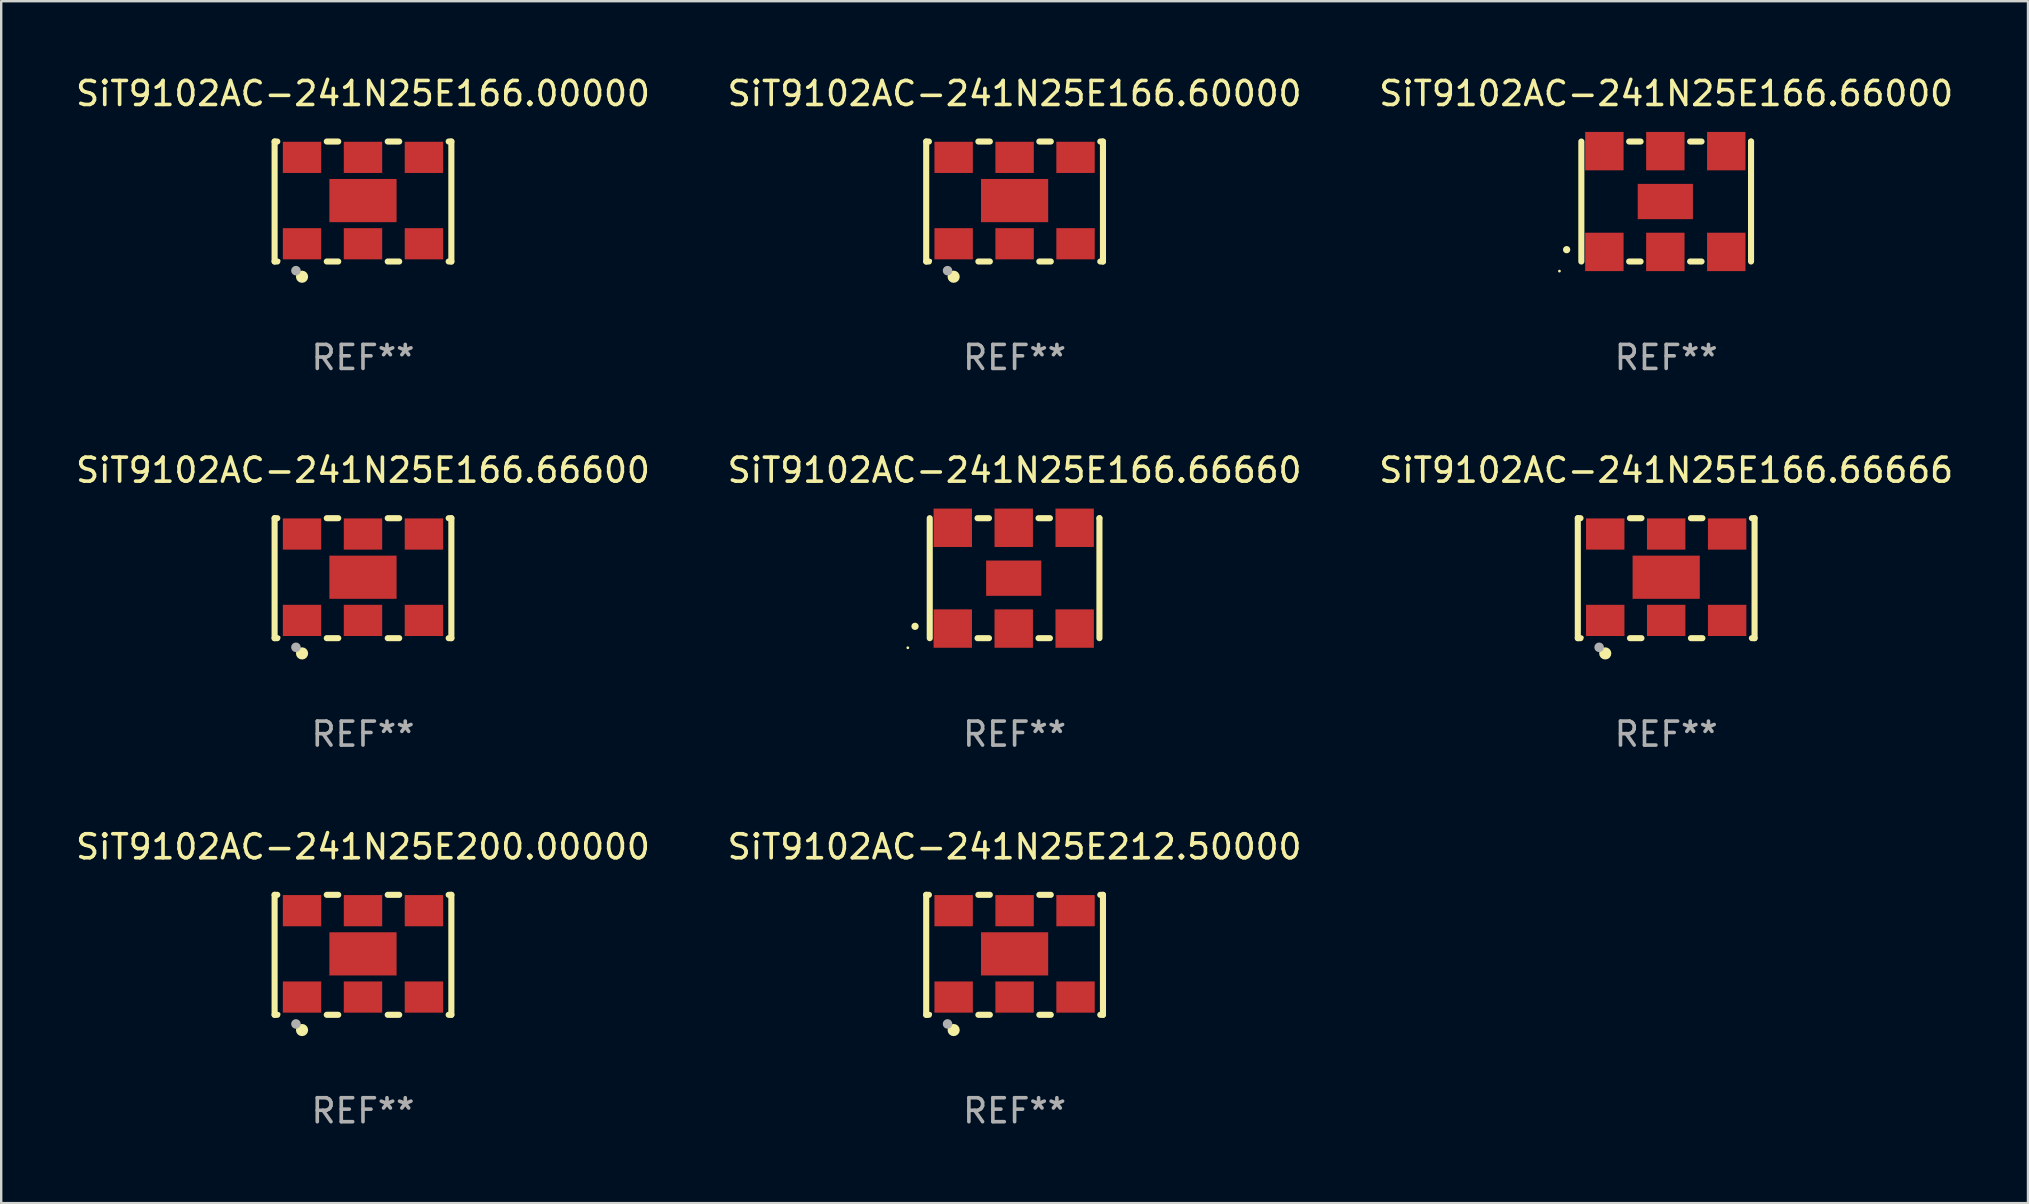
<source format=kicad_pcb>
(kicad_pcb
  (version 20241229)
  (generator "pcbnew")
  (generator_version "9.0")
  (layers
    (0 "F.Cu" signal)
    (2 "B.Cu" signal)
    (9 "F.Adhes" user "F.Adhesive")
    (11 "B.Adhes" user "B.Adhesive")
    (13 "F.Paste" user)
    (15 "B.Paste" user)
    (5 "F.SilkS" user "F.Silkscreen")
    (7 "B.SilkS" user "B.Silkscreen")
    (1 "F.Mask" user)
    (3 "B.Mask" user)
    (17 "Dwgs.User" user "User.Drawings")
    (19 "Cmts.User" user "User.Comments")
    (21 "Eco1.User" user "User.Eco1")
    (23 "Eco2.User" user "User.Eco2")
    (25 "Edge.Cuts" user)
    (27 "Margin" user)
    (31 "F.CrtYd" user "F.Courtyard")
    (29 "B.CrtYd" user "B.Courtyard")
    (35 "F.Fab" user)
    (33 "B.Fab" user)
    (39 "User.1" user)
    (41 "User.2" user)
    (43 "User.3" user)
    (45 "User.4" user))
  (footprint "SiT9102AC-241N25E200.00000"
    (layer "F.Cu")
    (at 12.077 36.741)
    (property "Reference" "SiT9102AC-241N25E200.00000" (at 0 -4.5 0) (layer "F.SilkS") (effects (font (size 1 1) (thickness 0.15))))
    (attr through_hole)
    (fp_line (start -3.683 -2.5) (end -3.571 -2.5) (stroke (width 0.254) (type solid)) (layer "F.SilkS"))
    (fp_line (start -3.683 2.5) (end -3.683 -2.5) (stroke (width 0.254) (type solid)) (layer "F.SilkS"))
    (fp_line (start -3.683 2.5) (end -3.571 2.5) (stroke (width 0.254) (type solid)) (layer "F.SilkS"))
    (fp_line (start -1.509 -2.5) (end -1.031 -2.5) (stroke (width 0.254) (type solid)) (layer "F.SilkS"))
    (fp_line (start -1.509 2.5) (end -1.031 2.5) (stroke (width 0.254) (type solid)) (layer "F.SilkS"))
    (fp_line (start 1.031 -2.5) (end 1.509 -2.5) (stroke (width 0.254) (type solid)) (layer "F.SilkS"))
    (fp_line (start 1.031 2.5) (end 1.509 2.5) (stroke (width 0.254) (type solid)) (layer "F.SilkS"))
    (fp_line (start 3.571 -2.5) (end 3.683 -2.5) (stroke (width 0.254) (type solid)) (layer "F.SilkS"))
    (fp_line (start 3.571 2.5) (end 3.683 2.5) (stroke (width 0.254) (type solid)) (layer "F.SilkS"))
    (fp_line (start 3.683 2.5) (end 3.683 -2.5) (stroke (width 0.254) (type solid)) (layer "F.SilkS"))
    (fp_circle (center -3.5 2.46) (end -3.47 2.46) (stroke (width 0.06) (type solid)) (fill no) (layer "F.SilkS"))
    (fp_circle (center -2.54 3.135) (end -2.413 3.135) (stroke (width 0.254) (type solid)) (fill no) (layer "F.SilkS"))
    (fp_circle (center -2.794 2.881) (end -2.694 2.881) (stroke (width 0.2) (type solid)) (fill no) (layer "F.Fab"))
    (fp_text user "REF**" (at 0 6.5 0) (layer "F.Fab") (effects (font (size 1 1) (thickness 0.15))))
    (pad "1" smd rect (at -2.54 1.76) (size 1.6 1.3) (layers "F.Cu" "F.Mask" "F.Paste"))
    (pad "2" smd rect (at 0 1.76) (size 1.6 1.3) (layers "F.Cu" "F.Mask" "F.Paste"))
    (pad "3" smd rect (at 2.54 1.76) (size 1.6 1.3) (layers "F.Cu" "F.Mask" "F.Paste"))
    (pad "4" smd rect (at 2.54 -1.84) (size 1.6 1.3) (layers "F.Cu" "F.Mask" "F.Paste"))
    (pad "5" smd rect (at 0 -1.84) (size 1.6 1.3) (layers "F.Cu" "F.Mask" "F.Paste"))
    (pad "6" smd rect (at -2.54 -1.84) (size 1.6 1.3) (layers "F.Cu" "F.Mask" "F.Paste"))
    (pad "7" smd rect (at 0 -0.04) (size 2.8 1.8) (layers "F.Cu" "F.Mask" "F.Paste")))
  (footprint "SiT9102AC-241N25E166.66600"
    (layer "F.Cu")
    (at 12.077 21.045)
    (property "Reference" "SiT9102AC-241N25E166.66600" (at 0 -4.5 0) (layer "F.SilkS") (effects (font (size 1 1) (thickness 0.15))))
    (attr through_hole)
    (fp_line (start -3.683 -2.5) (end -3.571 -2.5) (stroke (width 0.254) (type solid)) (layer "F.SilkS"))
    (fp_line (start -3.683 2.5) (end -3.683 -2.5) (stroke (width 0.254) (type solid)) (layer "F.SilkS"))
    (fp_line (start -3.683 2.5) (end -3.571 2.5) (stroke (width 0.254) (type solid)) (layer "F.SilkS"))
    (fp_line (start -1.509 -2.5) (end -1.031 -2.5) (stroke (width 0.254) (type solid)) (layer "F.SilkS"))
    (fp_line (start -1.509 2.5) (end -1.031 2.5) (stroke (width 0.254) (type solid)) (layer "F.SilkS"))
    (fp_line (start 1.031 -2.5) (end 1.509 -2.5) (stroke (width 0.254) (type solid)) (layer "F.SilkS"))
    (fp_line (start 1.031 2.5) (end 1.509 2.5) (stroke (width 0.254) (type solid)) (layer "F.SilkS"))
    (fp_line (start 3.571 -2.5) (end 3.683 -2.5) (stroke (width 0.254) (type solid)) (layer "F.SilkS"))
    (fp_line (start 3.571 2.5) (end 3.683 2.5) (stroke (width 0.254) (type solid)) (layer "F.SilkS"))
    (fp_line (start 3.683 2.5) (end 3.683 -2.5) (stroke (width 0.254) (type solid)) (layer "F.SilkS"))
    (fp_circle (center -3.5 2.46) (end -3.47 2.46) (stroke (width 0.06) (type solid)) (fill no) (layer "F.SilkS"))
    (fp_circle (center -2.54 3.135) (end -2.413 3.135) (stroke (width 0.254) (type solid)) (fill no) (layer "F.SilkS"))
    (fp_circle (center -2.794 2.881) (end -2.694 2.881) (stroke (width 0.2) (type solid)) (fill no) (layer "F.Fab"))
    (fp_text user "REF**" (at 0 6.5 0) (layer "F.Fab") (effects (font (size 1 1) (thickness 0.15))))
    (pad "1" smd rect (at -2.54 1.76) (size 1.6 1.3) (layers "F.Cu" "F.Mask" "F.Paste"))
    (pad "2" smd rect (at 0 1.76) (size 1.6 1.3) (layers "F.Cu" "F.Mask" "F.Paste"))
    (pad "3" smd rect (at 2.54 1.76) (size 1.6 1.3) (layers "F.Cu" "F.Mask" "F.Paste"))
    (pad "4" smd rect (at 2.54 -1.84) (size 1.6 1.3) (layers "F.Cu" "F.Mask" "F.Paste"))
    (pad "5" smd rect (at 0 -1.84) (size 1.6 1.3) (layers "F.Cu" "F.Mask" "F.Paste"))
    (pad "6" smd rect (at -2.54 -1.84) (size 1.6 1.3) (layers "F.Cu" "F.Mask" "F.Paste"))
    (pad "7" smd rect (at 0 -0.04) (size 2.8 1.8) (layers "F.Cu" "F.Mask" "F.Paste")))
  (footprint "SiT9102AC-241N25E166.00000"
    (layer "F.Cu")
    (at 12.077 5.348)
    (property "Reference" "SiT9102AC-241N25E166.00000" (at 0 -4.5 0) (layer "F.SilkS") (effects (font (size 1 1) (thickness 0.15))))
    (attr through_hole)
    (fp_line (start -3.683 -2.5) (end -3.571 -2.5) (stroke (width 0.254) (type solid)) (layer "F.SilkS"))
    (fp_line (start -3.683 2.5) (end -3.683 -2.5) (stroke (width 0.254) (type solid)) (layer "F.SilkS"))
    (fp_line (start -3.683 2.5) (end -3.571 2.5) (stroke (width 0.254) (type solid)) (layer "F.SilkS"))
    (fp_line (start -1.509 -2.5) (end -1.031 -2.5) (stroke (width 0.254) (type solid)) (layer "F.SilkS"))
    (fp_line (start -1.509 2.5) (end -1.031 2.5) (stroke (width 0.254) (type solid)) (layer "F.SilkS"))
    (fp_line (start 1.031 -2.5) (end 1.509 -2.5) (stroke (width 0.254) (type solid)) (layer "F.SilkS"))
    (fp_line (start 1.031 2.5) (end 1.509 2.5) (stroke (width 0.254) (type solid)) (layer "F.SilkS"))
    (fp_line (start 3.571 -2.5) (end 3.683 -2.5) (stroke (width 0.254) (type solid)) (layer "F.SilkS"))
    (fp_line (start 3.571 2.5) (end 3.683 2.5) (stroke (width 0.254) (type solid)) (layer "F.SilkS"))
    (fp_line (start 3.683 2.5) (end 3.683 -2.5) (stroke (width 0.254) (type solid)) (layer "F.SilkS"))
    (fp_circle (center -3.5 2.46) (end -3.47 2.46) (stroke (width 0.06) (type solid)) (fill no) (layer "F.SilkS"))
    (fp_circle (center -2.54 3.135) (end -2.413 3.135) (stroke (width 0.254) (type solid)) (fill no) (layer "F.SilkS"))
    (fp_circle (center -2.794 2.881) (end -2.694 2.881) (stroke (width 0.2) (type solid)) (fill no) (layer "F.Fab"))
    (fp_text user "REF**" (at 0 6.5 0) (layer "F.Fab") (effects (font (size 1 1) (thickness 0.15))))
    (pad "1" smd rect (at -2.54 1.76) (size 1.6 1.3) (layers "F.Cu" "F.Mask" "F.Paste"))
    (pad "2" smd rect (at 0 1.76) (size 1.6 1.3) (layers "F.Cu" "F.Mask" "F.Paste"))
    (pad "3" smd rect (at 2.54 1.76) (size 1.6 1.3) (layers "F.Cu" "F.Mask" "F.Paste"))
    (pad "4" smd rect (at 2.54 -1.84) (size 1.6 1.3) (layers "F.Cu" "F.Mask" "F.Paste"))
    (pad "5" smd rect (at 0 -1.84) (size 1.6 1.3) (layers "F.Cu" "F.Mask" "F.Paste"))
    (pad "6" smd rect (at -2.54 -1.84) (size 1.6 1.3) (layers "F.Cu" "F.Mask" "F.Paste"))
    (pad "7" smd rect (at 0 -0.04) (size 2.8 1.8) (layers "F.Cu" "F.Mask" "F.Paste")))
  (footprint "SiT9102AC-241N25E212.50000"
    (layer "F.Cu")
    (at 39.232 36.741)
    (property "Reference" "SiT9102AC-241N25E212.50000" (at 0 -4.5 0) (layer "F.SilkS") (effects (font (size 1 1) (thickness 0.15))))
    (attr through_hole)
    (fp_line (start -3.683 -2.5) (end -3.571 -2.5) (stroke (width 0.254) (type solid)) (layer "F.SilkS"))
    (fp_line (start -3.683 2.5) (end -3.683 -2.5) (stroke (width 0.254) (type solid)) (layer "F.SilkS"))
    (fp_line (start -3.683 2.5) (end -3.571 2.5) (stroke (width 0.254) (type solid)) (layer "F.SilkS"))
    (fp_line (start -1.509 -2.5) (end -1.031 -2.5) (stroke (width 0.254) (type solid)) (layer "F.SilkS"))
    (fp_line (start -1.509 2.5) (end -1.031 2.5) (stroke (width 0.254) (type solid)) (layer "F.SilkS"))
    (fp_line (start 1.031 -2.5) (end 1.509 -2.5) (stroke (width 0.254) (type solid)) (layer "F.SilkS"))
    (fp_line (start 1.031 2.5) (end 1.509 2.5) (stroke (width 0.254) (type solid)) (layer "F.SilkS"))
    (fp_line (start 3.571 -2.5) (end 3.683 -2.5) (stroke (width 0.254) (type solid)) (layer "F.SilkS"))
    (fp_line (start 3.571 2.5) (end 3.683 2.5) (stroke (width 0.254) (type solid)) (layer "F.SilkS"))
    (fp_line (start 3.683 2.5) (end 3.683 -2.5) (stroke (width 0.254) (type solid)) (layer "F.SilkS"))
    (fp_circle (center -3.5 2.46) (end -3.47 2.46) (stroke (width 0.06) (type solid)) (fill no) (layer "F.SilkS"))
    (fp_circle (center -2.54 3.135) (end -2.413 3.135) (stroke (width 0.254) (type solid)) (fill no) (layer "F.SilkS"))
    (fp_circle (center -2.794 2.881) (end -2.694 2.881) (stroke (width 0.2) (type solid)) (fill no) (layer "F.Fab"))
    (fp_text user "REF**" (at 0 6.5 0) (layer "F.Fab") (effects (font (size 1 1) (thickness 0.15))))
    (pad "1" smd rect (at -2.54 1.76) (size 1.6 1.3) (layers "F.Cu" "F.Mask" "F.Paste"))
    (pad "2" smd rect (at 0 1.76) (size 1.6 1.3) (layers "F.Cu" "F.Mask" "F.Paste"))
    (pad "3" smd rect (at 2.54 1.76) (size 1.6 1.3) (layers "F.Cu" "F.Mask" "F.Paste"))
    (pad "4" smd rect (at 2.54 -1.84) (size 1.6 1.3) (layers "F.Cu" "F.Mask" "F.Paste"))
    (pad "5" smd rect (at 0 -1.84) (size 1.6 1.3) (layers "F.Cu" "F.Mask" "F.Paste"))
    (pad "6" smd rect (at -2.54 -1.84) (size 1.6 1.3) (layers "F.Cu" "F.Mask" "F.Paste"))
    (pad "7" smd rect (at 0 -0.04) (size 2.8 1.8) (layers "F.Cu" "F.Mask" "F.Paste")))
  (footprint "SiT9102AC-241N25E166.66000"
    (layer "F.Cu")
    (at 66.387 5.348)
    (property "Reference" "SiT9102AC-241N25E166.66000" (at 0 -4.5 0) (layer "F.SilkS") (effects (font (size 1 1) (thickness 0.15))))
    (attr through_hole)
    (fp_line (start -3.536 -2.5) (end -3.536 2.5) (stroke (width 0.254) (type solid)) (layer "F.SilkS"))
    (fp_line (start -1.544 2.5) (end -1.067 2.5) (stroke (width 0.254) (type solid)) (layer "F.SilkS"))
    (fp_line (start -1.067 -2.5) (end -1.544 -2.5) (stroke (width 0.254) (type solid)) (layer "F.SilkS"))
    (fp_line (start 0.996 2.5) (end 1.473 2.5) (stroke (width 0.254) (type solid)) (layer "F.SilkS"))
    (fp_line (start 1.473 -2.5) (end 0.996 -2.5) (stroke (width 0.254) (type solid)) (layer "F.SilkS"))
    (fp_line (start 3.536 -2.5) (end 3.536 -2.5) (stroke (width 0.254) (type solid)) (layer "F.SilkS"))
    (fp_line (start 3.536 2.5) (end 3.536 -2.5) (stroke (width 0.254) (type solid)) (layer "F.SilkS"))
    (fp_arc (start -4.150432 2.006604) (mid -4.149162 2.006599) (end -4.147892 2.006604) (stroke (width 0.3) (type solid)) (layer "F.SilkS"))
    (fp_circle (center -4.449 2.9) (end -4.419 2.9) (stroke (width 0.06) (type solid)) (fill no) (layer "F.SilkS"))
    (fp_text user "REF**" (at 0 6.5 0) (layer "F.Fab") (effects (font (size 1 1) (thickness 0.15))))
    (pad "1" smd rect (at -2.576 2.1) (size 1.6 1.6) (layers "F.Cu" "F.Mask" "F.Paste"))
    (pad "2" smd rect (at -0.036 2.1) (size 1.6 1.6) (layers "F.Cu" "F.Mask" "F.Paste"))
    (pad "3" smd rect (at 2.504 2.1) (size 1.6 1.6) (layers "F.Cu" "F.Mask" "F.Paste"))
    (pad "4" smd rect (at 2.504 -2.1) (size 1.6 1.6) (layers "F.Cu" "F.Mask" "F.Paste"))
    (pad "5" smd rect (at -0.036 -2.1) (size 1.6 1.6) (layers "F.Cu" "F.Mask" "F.Paste"))
    (pad "6" smd rect (at -2.576 -2.1) (size 1.6 1.6) (layers "F.Cu" "F.Mask" "F.Paste"))
    (pad "7" smd rect (at -0.036 0) (size 2.3 1.47) (layers "F.Cu" "F.Mask" "F.Paste")))
  (footprint "SiT9102AC-241N25E166.66660"
    (layer "F.Cu")
    (at 39.232 21.045)
    (property "Reference" "SiT9102AC-241N25E166.66660" (at 0 -4.5 0) (layer "F.SilkS") (effects (font (size 1 1) (thickness 0.15))))
    (attr through_hole)
    (fp_line (start -3.536 -2.5) (end -3.536 2.5) (stroke (width 0.254) (type solid)) (layer "F.SilkS"))
    (fp_line (start -1.544 2.5) (end -1.067 2.5) (stroke (width 0.254) (type solid)) (layer "F.SilkS"))
    (fp_line (start -1.067 -2.5) (end -1.544 -2.5) (stroke (width 0.254) (type solid)) (layer "F.SilkS"))
    (fp_line (start 0.996 2.5) (end 1.473 2.5) (stroke (width 0.254) (type solid)) (layer "F.SilkS"))
    (fp_line (start 1.473 -2.5) (end 0.996 -2.5) (stroke (width 0.254) (type solid)) (layer "F.SilkS"))
    (fp_line (start 3.536 -2.5) (end 3.536 -2.5) (stroke (width 0.254) (type solid)) (layer "F.SilkS"))
    (fp_line (start 3.536 2.5) (end 3.536 -2.5) (stroke (width 0.254) (type solid)) (layer "F.SilkS"))
    (fp_arc (start -4.150432 2.006604) (mid -4.149162 2.006599) (end -4.147892 2.006604) (stroke (width 0.3) (type solid)) (layer "F.SilkS"))
    (fp_circle (center -4.449 2.9) (end -4.419 2.9) (stroke (width 0.06) (type solid)) (fill no) (layer "F.SilkS"))
    (fp_text user "REF**" (at 0 6.5 0) (layer "F.Fab") (effects (font (size 1 1) (thickness 0.15))))
    (pad "1" smd rect (at -2.576 2.1) (size 1.6 1.6) (layers "F.Cu" "F.Mask" "F.Paste"))
    (pad "2" smd rect (at -0.036 2.1) (size 1.6 1.6) (layers "F.Cu" "F.Mask" "F.Paste"))
    (pad "3" smd rect (at 2.504 2.1) (size 1.6 1.6) (layers "F.Cu" "F.Mask" "F.Paste"))
    (pad "4" smd rect (at 2.504 -2.1) (size 1.6 1.6) (layers "F.Cu" "F.Mask" "F.Paste"))
    (pad "5" smd rect (at -0.036 -2.1) (size 1.6 1.6) (layers "F.Cu" "F.Mask" "F.Paste"))
    (pad "6" smd rect (at -2.576 -2.1) (size 1.6 1.6) (layers "F.Cu" "F.Mask" "F.Paste"))
    (pad "7" smd rect (at -0.036 0) (size 2.3 1.47) (layers "F.Cu" "F.Mask" "F.Paste")))
  (footprint "SiT9102AC-241N25E166.60000"
    (layer "F.Cu")
    (at 39.232 5.348)
    (property "Reference" "SiT9102AC-241N25E166.60000" (at 0 -4.5 0) (layer "F.SilkS") (effects (font (size 1 1) (thickness 0.15))))
    (attr through_hole)
    (fp_line (start -3.683 -2.5) (end -3.571 -2.5) (stroke (width 0.254) (type solid)) (layer "F.SilkS"))
    (fp_line (start -3.683 2.5) (end -3.683 -2.5) (stroke (width 0.254) (type solid)) (layer "F.SilkS"))
    (fp_line (start -3.683 2.5) (end -3.571 2.5) (stroke (width 0.254) (type solid)) (layer "F.SilkS"))
    (fp_line (start -1.509 -2.5) (end -1.031 -2.5) (stroke (width 0.254) (type solid)) (layer "F.SilkS"))
    (fp_line (start -1.509 2.5) (end -1.031 2.5) (stroke (width 0.254) (type solid)) (layer "F.SilkS"))
    (fp_line (start 1.031 -2.5) (end 1.509 -2.5) (stroke (width 0.254) (type solid)) (layer "F.SilkS"))
    (fp_line (start 1.031 2.5) (end 1.509 2.5) (stroke (width 0.254) (type solid)) (layer "F.SilkS"))
    (fp_line (start 3.571 -2.5) (end 3.683 -2.5) (stroke (width 0.254) (type solid)) (layer "F.SilkS"))
    (fp_line (start 3.571 2.5) (end 3.683 2.5) (stroke (width 0.254) (type solid)) (layer "F.SilkS"))
    (fp_line (start 3.683 2.5) (end 3.683 -2.5) (stroke (width 0.254) (type solid)) (layer "F.SilkS"))
    (fp_circle (center -3.5 2.46) (end -3.47 2.46) (stroke (width 0.06) (type solid)) (fill no) (layer "F.SilkS"))
    (fp_circle (center -2.54 3.135) (end -2.413 3.135) (stroke (width 0.254) (type solid)) (fill no) (layer "F.SilkS"))
    (fp_circle (center -2.794 2.881) (end -2.694 2.881) (stroke (width 0.2) (type solid)) (fill no) (layer "F.Fab"))
    (fp_text user "REF**" (at 0 6.5 0) (layer "F.Fab") (effects (font (size 1 1) (thickness 0.15))))
    (pad "1" smd rect (at -2.54 1.76) (size 1.6 1.3) (layers "F.Cu" "F.Mask" "F.Paste"))
    (pad "2" smd rect (at 0 1.76) (size 1.6 1.3) (layers "F.Cu" "F.Mask" "F.Paste"))
    (pad "3" smd rect (at 2.54 1.76) (size 1.6 1.3) (layers "F.Cu" "F.Mask" "F.Paste"))
    (pad "4" smd rect (at 2.54 -1.84) (size 1.6 1.3) (layers "F.Cu" "F.Mask" "F.Paste"))
    (pad "5" smd rect (at 0 -1.84) (size 1.6 1.3) (layers "F.Cu" "F.Mask" "F.Paste"))
    (pad "6" smd rect (at -2.54 -1.84) (size 1.6 1.3) (layers "F.Cu" "F.Mask" "F.Paste"))
    (pad "7" smd rect (at 0 -0.04) (size 2.8 1.8) (layers "F.Cu" "F.Mask" "F.Paste")))
  (footprint "SiT9102AC-241N25E166.66666"
    (layer "F.Cu")
    (at 66.387 21.045)
    (property "Reference" "SiT9102AC-241N25E166.66666" (at 0 -4.5 0) (layer "F.SilkS") (effects (font (size 1 1) (thickness 0.15))))
    (attr through_hole)
    (fp_line (start -3.683 -2.5) (end -3.571 -2.5) (stroke (width 0.254) (type solid)) (layer "F.SilkS"))
    (fp_line (start -3.683 2.5) (end -3.683 -2.5) (stroke (width 0.254) (type solid)) (layer "F.SilkS"))
    (fp_line (start -3.683 2.5) (end -3.571 2.5) (stroke (width 0.254) (type solid)) (layer "F.SilkS"))
    (fp_line (start -1.509 -2.5) (end -1.031 -2.5) (stroke (width 0.254) (type solid)) (layer "F.SilkS"))
    (fp_line (start -1.509 2.5) (end -1.031 2.5) (stroke (width 0.254) (type solid)) (layer "F.SilkS"))
    (fp_line (start 1.031 -2.5) (end 1.509 -2.5) (stroke (width 0.254) (type solid)) (layer "F.SilkS"))
    (fp_line (start 1.031 2.5) (end 1.509 2.5) (stroke (width 0.254) (type solid)) (layer "F.SilkS"))
    (fp_line (start 3.571 -2.5) (end 3.683 -2.5) (stroke (width 0.254) (type solid)) (layer "F.SilkS"))
    (fp_line (start 3.571 2.5) (end 3.683 2.5) (stroke (width 0.254) (type solid)) (layer "F.SilkS"))
    (fp_line (start 3.683 2.5) (end 3.683 -2.5) (stroke (width 0.254) (type solid)) (layer "F.SilkS"))
    (fp_circle (center -3.5 2.46) (end -3.47 2.46) (stroke (width 0.06) (type solid)) (fill no) (layer "F.SilkS"))
    (fp_circle (center -2.54 3.135) (end -2.413 3.135) (stroke (width 0.254) (type solid)) (fill no) (layer "F.SilkS"))
    (fp_circle (center -2.794 2.881) (end -2.694 2.881) (stroke (width 0.2) (type solid)) (fill no) (layer "F.Fab"))
    (fp_text user "REF**" (at 0 6.5 0) (layer "F.Fab") (effects (font (size 1 1) (thickness 0.15))))
    (pad "1" smd rect (at -2.54 1.76) (size 1.6 1.3) (layers "F.Cu" "F.Mask" "F.Paste"))
    (pad "2" smd rect (at 0 1.76) (size 1.6 1.3) (layers "F.Cu" "F.Mask" "F.Paste"))
    (pad "3" smd rect (at 2.54 1.76) (size 1.6 1.3) (layers "F.Cu" "F.Mask" "F.Paste"))
    (pad "4" smd rect (at 2.54 -1.84) (size 1.6 1.3) (layers "F.Cu" "F.Mask" "F.Paste"))
    (pad "5" smd rect (at 0 -1.84) (size 1.6 1.3) (layers "F.Cu" "F.Mask" "F.Paste"))
    (pad "6" smd rect (at -2.54 -1.84) (size 1.6 1.3) (layers "F.Cu" "F.Mask" "F.Paste"))
    (pad "7" smd rect (at 0 -0.04) (size 2.8 1.8) (layers "F.Cu" "F.Mask" "F.Paste")))
  (gr_rect
    (start -3 -3)
    (end 81.464 47.09)
    (stroke (width 0.1) (type default))
    (fill no)
    (layer "Edge.Cuts")))
</source>
